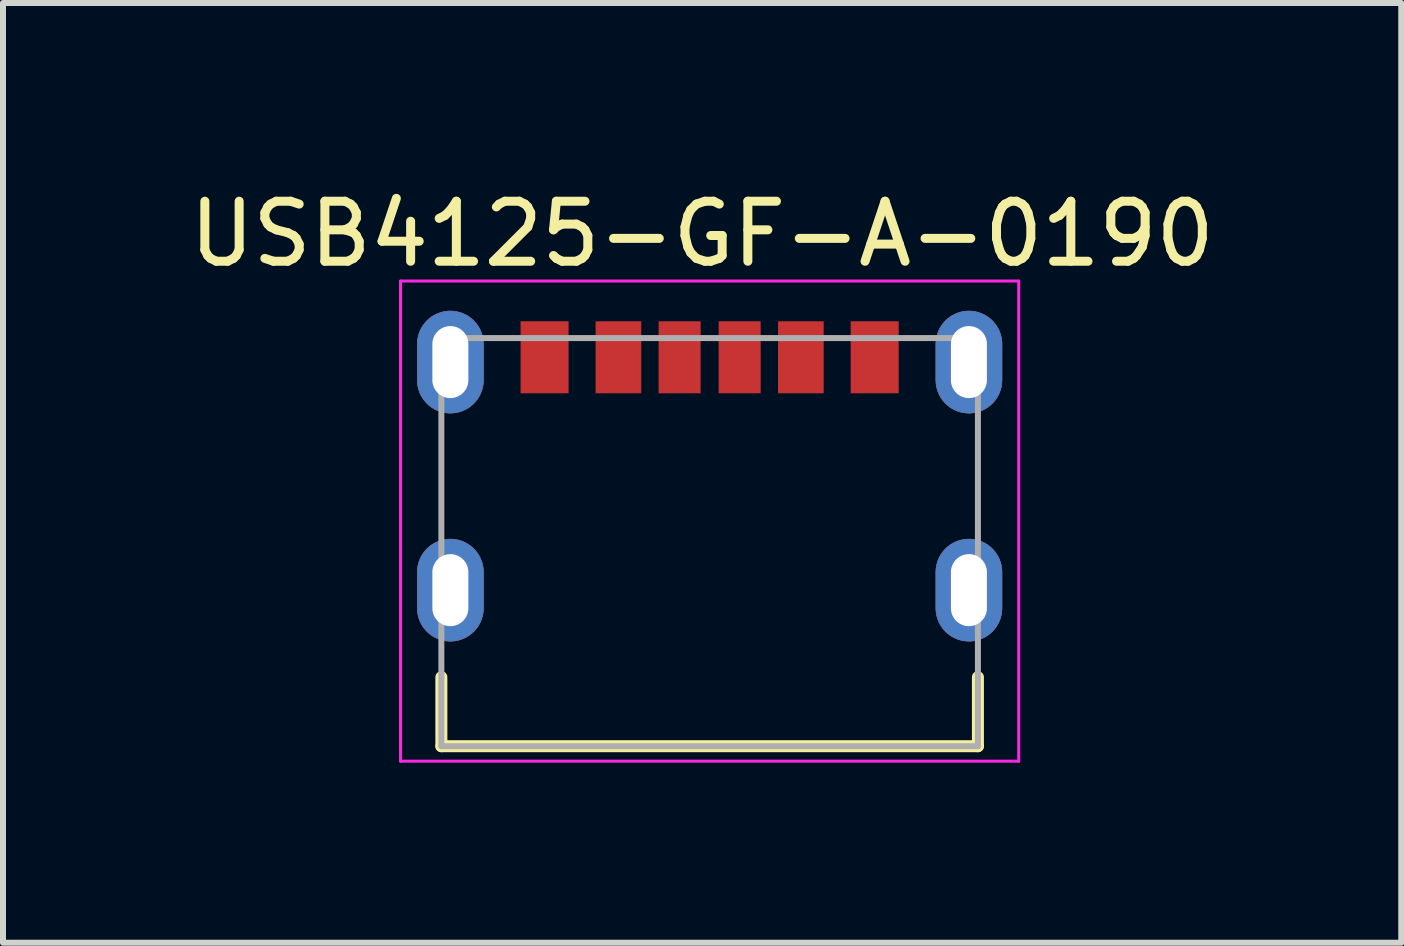
<source format=kicad_pcb>
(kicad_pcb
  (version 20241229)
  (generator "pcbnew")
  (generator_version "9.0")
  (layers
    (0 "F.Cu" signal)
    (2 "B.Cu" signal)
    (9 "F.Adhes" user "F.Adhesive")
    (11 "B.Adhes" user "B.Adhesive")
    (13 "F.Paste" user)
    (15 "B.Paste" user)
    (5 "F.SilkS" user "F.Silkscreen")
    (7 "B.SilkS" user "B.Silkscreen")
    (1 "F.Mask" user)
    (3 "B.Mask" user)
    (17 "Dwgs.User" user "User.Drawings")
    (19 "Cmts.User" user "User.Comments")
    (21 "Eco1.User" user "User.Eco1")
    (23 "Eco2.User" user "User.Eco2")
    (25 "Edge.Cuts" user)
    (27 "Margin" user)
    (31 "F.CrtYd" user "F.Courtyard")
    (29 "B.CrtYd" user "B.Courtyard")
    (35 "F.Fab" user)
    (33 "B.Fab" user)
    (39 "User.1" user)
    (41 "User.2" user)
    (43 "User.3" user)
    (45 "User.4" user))
  (footprint "USB4125-GF-A-0190"
    (layer "F.Cu")
    (at 8.774 5.983)
    (property "Reference" "USB4125-GF-A-0190" (at -0.125 -5.135 0) (layer "F.SilkS") (effects (font (size 1 1) (thickness 0.15))))
    (attr smd)
    (fp_poly (pts (xy -4.32 -3.85) (xy -4.349 -3.849) (xy -4.377 -3.847) (xy -4.406 -3.843) (xy -4.434 -3.838) (xy -4.462 -3.831) (xy -4.49 -3.823) (xy -4.517 -3.813) (xy -4.544 -3.802) (xy -4.57 -3.79) (xy -4.595 -3.776) (xy -4.62 -3.761) (xy -4.643 -3.745) (xy -4.666 -3.727) (xy -4.688 -3.709) (xy -4.709 -3.689) (xy -4.729 -3.668) (xy -4.747 -3.646) (xy -4.765 -3.623) (xy -4.781 -3.6) (xy -4.796 -3.575) (xy -4.81 -3.55) (xy -4.822 -3.524) (xy -4.833 -3.497) (xy -4.843 -3.47) (xy -4.851 -3.442) (xy -4.858 -3.414) (xy -4.863 -3.386) (xy -4.867 -3.357) (xy -4.869 -3.329) (xy -4.87 -3.3) (xy -4.87 -2.7) (xy -4.869 -2.671) (xy -4.867 -2.643) (xy -4.863 -2.614) (xy -4.858 -2.586) (xy -4.851 -2.558) (xy -4.843 -2.53) (xy -4.833 -2.503) (xy -4.822 -2.476) (xy -4.81 -2.45) (xy -4.796 -2.425) (xy -4.781 -2.4) (xy -4.765 -2.377) (xy -4.747 -2.354) (xy -4.729 -2.332) (xy -4.709 -2.311) (xy -4.688 -2.291) (xy -4.666 -2.273) (xy -4.643 -2.255) (xy -4.62 -2.239) (xy -4.595 -2.224) (xy -4.57 -2.21) (xy -4.544 -2.198) (xy -4.517 -2.187) (xy -4.49 -2.177) (xy -4.462 -2.169) (xy -4.434 -2.162) (xy -4.406 -2.157) (xy -4.377 -2.153) (xy -4.349 -2.151) (xy -4.32 -2.15) (xy -4.291 -2.151) (xy -4.263 -2.153) (xy -4.234 -2.157) (xy -4.206 -2.162) (xy -4.178 -2.169) (xy -4.15 -2.177) (xy -4.123 -2.187) (xy -4.096 -2.198) (xy -4.07 -2.21) (xy -4.045 -2.224) (xy -4.02 -2.239) (xy -3.997 -2.255) (xy -3.974 -2.273) (xy -3.952 -2.291) (xy -3.931 -2.311) (xy -3.911 -2.332) (xy -3.893 -2.354) (xy -3.875 -2.377) (xy -3.859 -2.4) (xy -3.844 -2.425) (xy -3.83 -2.45) (xy -3.818 -2.476) (xy -3.807 -2.503) (xy -3.797 -2.53) (xy -3.789 -2.558) (xy -3.782 -2.586) (xy -3.777 -2.614) (xy -3.773 -2.643) (xy -3.771 -2.671) (xy -3.77 -2.7) (xy -3.77 -3.3) (xy -3.771 -3.329) (xy -3.773 -3.357) (xy -3.777 -3.386) (xy -3.782 -3.414) (xy -3.789 -3.442) (xy -3.797 -3.47) (xy -3.807 -3.497) (xy -3.818 -3.524) (xy -3.83 -3.55) (xy -3.844 -3.575) (xy -3.859 -3.6) (xy -3.875 -3.623) (xy -3.893 -3.646) (xy -3.911 -3.668) (xy -3.931 -3.689) (xy -3.952 -3.709) (xy -3.974 -3.727) (xy -3.997 -3.745) (xy -4.02 -3.761) (xy -4.045 -3.776) (xy -4.07 -3.79) (xy -4.096 -3.802) (xy -4.123 -3.813) (xy -4.15 -3.823) (xy -4.178 -3.831) (xy -4.206 -3.838) (xy -4.234 -3.843) (xy -4.263 -3.847) (xy -4.291 -3.849) (xy -4.32 -3.85)) (stroke (width 0.01) (type solid)) (fill yes) (layer "F.Cu"))
    (fp_poly (pts (xy -4.32 -0.05) (xy -4.349 -0.049) (xy -4.377 -0.047) (xy -4.406 -0.043) (xy -4.434 -0.038) (xy -4.462 -0.031) (xy -4.49 -0.023) (xy -4.517 -0.013) (xy -4.544 -0.002) (xy -4.57 0.01) (xy -4.595 0.024) (xy -4.62 0.039) (xy -4.643 0.055) (xy -4.666 0.073) (xy -4.688 0.091) (xy -4.709 0.111) (xy -4.729 0.132) (xy -4.747 0.154) (xy -4.765 0.177) (xy -4.781 0.2) (xy -4.796 0.225) (xy -4.81 0.25) (xy -4.822 0.276) (xy -4.833 0.303) (xy -4.843 0.33) (xy -4.851 0.358) (xy -4.858 0.386) (xy -4.863 0.414) (xy -4.867 0.443) (xy -4.869 0.471) (xy -4.87 0.5) (xy -4.87 1.1) (xy -4.869 1.129) (xy -4.867 1.157) (xy -4.863 1.186) (xy -4.858 1.214) (xy -4.851 1.242) (xy -4.843 1.27) (xy -4.833 1.297) (xy -4.822 1.324) (xy -4.81 1.35) (xy -4.796 1.375) (xy -4.781 1.4) (xy -4.765 1.423) (xy -4.747 1.446) (xy -4.729 1.468) (xy -4.709 1.489) (xy -4.688 1.509) (xy -4.666 1.527) (xy -4.643 1.545) (xy -4.62 1.561) (xy -4.595 1.576) (xy -4.57 1.59) (xy -4.544 1.602) (xy -4.517 1.613) (xy -4.49 1.623) (xy -4.462 1.631) (xy -4.434 1.638) (xy -4.406 1.643) (xy -4.377 1.647) (xy -4.349 1.649) (xy -4.32 1.65) (xy -4.291 1.649) (xy -4.263 1.647) (xy -4.234 1.643) (xy -4.206 1.638) (xy -4.178 1.631) (xy -4.15 1.623) (xy -4.123 1.613) (xy -4.096 1.602) (xy -4.07 1.59) (xy -4.045 1.576) (xy -4.02 1.561) (xy -3.997 1.545) (xy -3.974 1.527) (xy -3.952 1.509) (xy -3.931 1.489) (xy -3.911 1.468) (xy -3.893 1.446) (xy -3.875 1.423) (xy -3.859 1.4) (xy -3.844 1.375) (xy -3.83 1.35) (xy -3.818 1.324) (xy -3.807 1.297) (xy -3.797 1.27) (xy -3.789 1.242) (xy -3.782 1.214) (xy -3.777 1.186) (xy -3.773 1.157) (xy -3.771 1.129) (xy -3.77 1.1) (xy -3.77 0.5) (xy -3.771 0.471) (xy -3.773 0.443) (xy -3.777 0.414) (xy -3.782 0.386) (xy -3.789 0.358) (xy -3.797 0.33) (xy -3.807 0.303) (xy -3.818 0.276) (xy -3.83 0.25) (xy -3.844 0.225) (xy -3.859 0.2) (xy -3.875 0.177) (xy -3.893 0.154) (xy -3.911 0.132) (xy -3.931 0.111) (xy -3.952 0.091) (xy -3.974 0.073) (xy -3.997 0.055) (xy -4.02 0.039) (xy -4.045 0.024) (xy -4.07 0.01) (xy -4.096 -0.002) (xy -4.123 -0.013) (xy -4.15 -0.023) (xy -4.178 -0.031) (xy -4.206 -0.038) (xy -4.234 -0.043) (xy -4.263 -0.047) (xy -4.291 -0.049) (xy -4.32 -0.05)) (stroke (width 0.01) (type solid)) (fill yes) (layer "F.Cu"))
    (fp_poly (pts (xy 4.32 -3.85) (xy 4.291 -3.849) (xy 4.263 -3.847) (xy 4.234 -3.843) (xy 4.206 -3.838) (xy 4.178 -3.831) (xy 4.15 -3.823) (xy 4.123 -3.813) (xy 4.096 -3.802) (xy 4.07 -3.79) (xy 4.045 -3.776) (xy 4.02 -3.761) (xy 3.997 -3.745) (xy 3.974 -3.727) (xy 3.952 -3.709) (xy 3.931 -3.689) (xy 3.911 -3.668) (xy 3.893 -3.646) (xy 3.875 -3.623) (xy 3.859 -3.6) (xy 3.844 -3.575) (xy 3.83 -3.55) (xy 3.818 -3.524) (xy 3.807 -3.497) (xy 3.797 -3.47) (xy 3.789 -3.442) (xy 3.782 -3.414) (xy 3.777 -3.386) (xy 3.773 -3.357) (xy 3.771 -3.329) (xy 3.77 -3.3) (xy 3.77 -2.7) (xy 3.771 -2.671) (xy 3.773 -2.643) (xy 3.777 -2.614) (xy 3.782 -2.586) (xy 3.789 -2.558) (xy 3.797 -2.53) (xy 3.807 -2.503) (xy 3.818 -2.476) (xy 3.83 -2.45) (xy 3.844 -2.425) (xy 3.859 -2.4) (xy 3.875 -2.377) (xy 3.893 -2.354) (xy 3.911 -2.332) (xy 3.931 -2.311) (xy 3.952 -2.291) (xy 3.974 -2.273) (xy 3.997 -2.255) (xy 4.02 -2.239) (xy 4.045 -2.224) (xy 4.07 -2.21) (xy 4.096 -2.198) (xy 4.123 -2.187) (xy 4.15 -2.177) (xy 4.178 -2.169) (xy 4.206 -2.162) (xy 4.234 -2.157) (xy 4.263 -2.153) (xy 4.291 -2.151) (xy 4.32 -2.15) (xy 4.349 -2.151) (xy 4.377 -2.153) (xy 4.406 -2.157) (xy 4.434 -2.162) (xy 4.462 -2.169) (xy 4.49 -2.177) (xy 4.517 -2.187) (xy 4.544 -2.198) (xy 4.57 -2.21) (xy 4.595 -2.224) (xy 4.62 -2.239) (xy 4.643 -2.255) (xy 4.666 -2.273) (xy 4.688 -2.291) (xy 4.709 -2.311) (xy 4.729 -2.332) (xy 4.747 -2.354) (xy 4.765 -2.377) (xy 4.781 -2.4) (xy 4.796 -2.425) (xy 4.81 -2.45) (xy 4.822 -2.476) (xy 4.833 -2.503) (xy 4.843 -2.53) (xy 4.851 -2.558) (xy 4.858 -2.586) (xy 4.863 -2.614) (xy 4.867 -2.643) (xy 4.869 -2.671) (xy 4.87 -2.7) (xy 4.87 -3.3) (xy 4.869 -3.329) (xy 4.867 -3.357) (xy 4.863 -3.386) (xy 4.858 -3.414) (xy 4.851 -3.442) (xy 4.843 -3.47) (xy 4.833 -3.497) (xy 4.822 -3.524) (xy 4.81 -3.55) (xy 4.796 -3.575) (xy 4.781 -3.6) (xy 4.765 -3.623) (xy 4.747 -3.646) (xy 4.729 -3.668) (xy 4.709 -3.689) (xy 4.688 -3.709) (xy 4.666 -3.727) (xy 4.643 -3.745) (xy 4.62 -3.761) (xy 4.595 -3.776) (xy 4.57 -3.79) (xy 4.544 -3.802) (xy 4.517 -3.813) (xy 4.49 -3.823) (xy 4.462 -3.831) (xy 4.434 -3.838) (xy 4.406 -3.843) (xy 4.377 -3.847) (xy 4.349 -3.849) (xy 4.32 -3.85)) (stroke (width 0.01) (type solid)) (fill yes) (layer "F.Cu"))
    (fp_poly (pts (xy 4.32 -0.05) (xy 4.291 -0.049) (xy 4.263 -0.047) (xy 4.234 -0.043) (xy 4.206 -0.038) (xy 4.178 -0.031) (xy 4.15 -0.023) (xy 4.123 -0.013) (xy 4.096 -0.002) (xy 4.07 0.01) (xy 4.045 0.024) (xy 4.02 0.039) (xy 3.997 0.055) (xy 3.974 0.073) (xy 3.952 0.091) (xy 3.931 0.111) (xy 3.911 0.132) (xy 3.893 0.154) (xy 3.875 0.177) (xy 3.859 0.2) (xy 3.844 0.225) (xy 3.83 0.25) (xy 3.818 0.276) (xy 3.807 0.303) (xy 3.797 0.33) (xy 3.789 0.358) (xy 3.782 0.386) (xy 3.777 0.414) (xy 3.773 0.443) (xy 3.771 0.471) (xy 3.77 0.5) (xy 3.77 1.1) (xy 3.771 1.129) (xy 3.773 1.157) (xy 3.777 1.186) (xy 3.782 1.214) (xy 3.789 1.242) (xy 3.797 1.27) (xy 3.807 1.297) (xy 3.818 1.324) (xy 3.83 1.35) (xy 3.844 1.375) (xy 3.859 1.4) (xy 3.875 1.423) (xy 3.893 1.446) (xy 3.911 1.468) (xy 3.931 1.489) (xy 3.952 1.509) (xy 3.974 1.527) (xy 3.997 1.545) (xy 4.02 1.561) (xy 4.045 1.576) (xy 4.07 1.59) (xy 4.096 1.602) (xy 4.123 1.613) (xy 4.15 1.623) (xy 4.178 1.631) (xy 4.206 1.638) (xy 4.234 1.643) (xy 4.263 1.647) (xy 4.291 1.649) (xy 4.32 1.65) (xy 4.349 1.649) (xy 4.377 1.647) (xy 4.406 1.643) (xy 4.434 1.638) (xy 4.462 1.631) (xy 4.49 1.623) (xy 4.517 1.613) (xy 4.544 1.602) (xy 4.57 1.59) (xy 4.595 1.576) (xy 4.62 1.561) (xy 4.643 1.545) (xy 4.666 1.527) (xy 4.688 1.509) (xy 4.709 1.489) (xy 4.729 1.468) (xy 4.747 1.446) (xy 4.765 1.423) (xy 4.781 1.4) (xy 4.796 1.375) (xy 4.81 1.35) (xy 4.822 1.324) (xy 4.833 1.297) (xy 4.843 1.27) (xy 4.851 1.242) (xy 4.858 1.214) (xy 4.863 1.186) (xy 4.867 1.157) (xy 4.869 1.129) (xy 4.87 1.1) (xy 4.87 0.5) (xy 4.869 0.471) (xy 4.867 0.443) (xy 4.863 0.414) (xy 4.858 0.386) (xy 4.851 0.358) (xy 4.843 0.33) (xy 4.833 0.303) (xy 4.822 0.276) (xy 4.81 0.25) (xy 4.796 0.225) (xy 4.781 0.2) (xy 4.765 0.177) (xy 4.747 0.154) (xy 4.729 0.132) (xy 4.709 0.111) (xy 4.688 0.091) (xy 4.666 0.073) (xy 4.643 0.055) (xy 4.62 0.039) (xy 4.595 0.024) (xy 4.57 0.01) (xy 4.544 -0.002) (xy 4.517 -0.013) (xy 4.49 -0.023) (xy 4.462 -0.031) (xy 4.434 -0.038) (xy 4.406 -0.043) (xy 4.377 -0.047) (xy 4.349 -0.049) (xy 4.32 -0.05)) (stroke (width 0.01) (type solid)) (fill yes) (layer "F.Cu"))
    (fp_poly (pts (xy -4.32 -3.95) (xy -4.354 -3.949) (xy -4.388 -3.946) (xy -4.422 -3.942) (xy -4.455 -3.936) (xy -4.488 -3.928) (xy -4.521 -3.918) (xy -4.553 -3.907) (xy -4.584 -3.894) (xy -4.615 -3.879) (xy -4.645 -3.863) (xy -4.674 -3.845) (xy -4.702 -3.826) (xy -4.729 -3.805) (xy -4.755 -3.783) (xy -4.78 -3.76) (xy -4.803 -3.735) (xy -4.825 -3.709) (xy -4.846 -3.682) (xy -4.865 -3.654) (xy -4.883 -3.625) (xy -4.899 -3.595) (xy -4.914 -3.564) (xy -4.927 -3.533) (xy -4.938 -3.501) (xy -4.948 -3.468) (xy -4.956 -3.435) (xy -4.962 -3.402) (xy -4.966 -3.368) (xy -4.969 -3.334) (xy -4.97 -3.3) (xy -4.97 -2.7) (xy -4.969 -2.666) (xy -4.966 -2.632) (xy -4.962 -2.598) (xy -4.956 -2.565) (xy -4.948 -2.532) (xy -4.938 -2.499) (xy -4.927 -2.467) (xy -4.914 -2.436) (xy -4.899 -2.405) (xy -4.883 -2.375) (xy -4.865 -2.346) (xy -4.846 -2.318) (xy -4.825 -2.291) (xy -4.803 -2.265) (xy -4.78 -2.24) (xy -4.755 -2.217) (xy -4.729 -2.195) (xy -4.702 -2.174) (xy -4.674 -2.155) (xy -4.645 -2.137) (xy -4.615 -2.121) (xy -4.584 -2.106) (xy -4.553 -2.093) (xy -4.521 -2.082) (xy -4.488 -2.072) (xy -4.455 -2.064) (xy -4.422 -2.058) (xy -4.388 -2.054) (xy -4.354 -2.051) (xy -4.32 -2.05) (xy -4.286 -2.051) (xy -4.252 -2.054) (xy -4.218 -2.058) (xy -4.185 -2.064) (xy -4.152 -2.072) (xy -4.119 -2.082) (xy -4.087 -2.093) (xy -4.056 -2.106) (xy -4.025 -2.121) (xy -3.995 -2.137) (xy -3.966 -2.155) (xy -3.938 -2.174) (xy -3.911 -2.195) (xy -3.885 -2.217) (xy -3.86 -2.24) (xy -3.837 -2.265) (xy -3.815 -2.291) (xy -3.794 -2.318) (xy -3.775 -2.346) (xy -3.757 -2.375) (xy -3.741 -2.405) (xy -3.726 -2.436) (xy -3.713 -2.467) (xy -3.702 -2.499) (xy -3.692 -2.532) (xy -3.684 -2.565) (xy -3.678 -2.598) (xy -3.674 -2.632) (xy -3.671 -2.666) (xy -3.67 -2.7) (xy -3.67 -3.3) (xy -3.671 -3.334) (xy -3.674 -3.368) (xy -3.678 -3.402) (xy -3.684 -3.435) (xy -3.692 -3.468) (xy -3.702 -3.501) (xy -3.713 -3.533) (xy -3.726 -3.564) (xy -3.741 -3.595) (xy -3.757 -3.625) (xy -3.775 -3.654) (xy -3.794 -3.682) (xy -3.815 -3.709) (xy -3.837 -3.735) (xy -3.86 -3.76) (xy -3.885 -3.783) (xy -3.911 -3.805) (xy -3.938 -3.826) (xy -3.966 -3.845) (xy -3.995 -3.863) (xy -4.025 -3.879) (xy -4.056 -3.894) (xy -4.087 -3.907) (xy -4.119 -3.918) (xy -4.152 -3.928) (xy -4.185 -3.936) (xy -4.218 -3.942) (xy -4.252 -3.946) (xy -4.286 -3.949) (xy -4.32 -3.95)) (stroke (width 0.01) (type solid)) (fill yes) (layer "F.Mask"))
    (fp_poly (pts (xy -4.32 -0.15) (xy -4.354 -0.149) (xy -4.388 -0.146) (xy -4.422 -0.142) (xy -4.455 -0.136) (xy -4.488 -0.128) (xy -4.521 -0.118) (xy -4.553 -0.107) (xy -4.584 -0.094) (xy -4.615 -0.079) (xy -4.645 -0.063) (xy -4.674 -0.045) (xy -4.702 -0.026) (xy -4.729 -0.005) (xy -4.755 0.017) (xy -4.78 0.04) (xy -4.803 0.065) (xy -4.825 0.091) (xy -4.846 0.118) (xy -4.865 0.146) (xy -4.883 0.175) (xy -4.899 0.205) (xy -4.914 0.236) (xy -4.927 0.267) (xy -4.938 0.299) (xy -4.948 0.332) (xy -4.956 0.365) (xy -4.962 0.398) (xy -4.966 0.432) (xy -4.969 0.466) (xy -4.97 0.5) (xy -4.97 1.1) (xy -4.969 1.134) (xy -4.966 1.168) (xy -4.962 1.202) (xy -4.956 1.235) (xy -4.948 1.268) (xy -4.938 1.301) (xy -4.927 1.333) (xy -4.914 1.364) (xy -4.899 1.395) (xy -4.883 1.425) (xy -4.865 1.454) (xy -4.846 1.482) (xy -4.825 1.509) (xy -4.803 1.535) (xy -4.78 1.56) (xy -4.755 1.583) (xy -4.729 1.605) (xy -4.702 1.626) (xy -4.674 1.645) (xy -4.645 1.663) (xy -4.615 1.679) (xy -4.584 1.694) (xy -4.553 1.707) (xy -4.521 1.718) (xy -4.488 1.728) (xy -4.455 1.736) (xy -4.422 1.742) (xy -4.388 1.746) (xy -4.354 1.749) (xy -4.32 1.75) (xy -4.286 1.749) (xy -4.252 1.746) (xy -4.218 1.742) (xy -4.185 1.736) (xy -4.152 1.728) (xy -4.119 1.718) (xy -4.087 1.707) (xy -4.056 1.694) (xy -4.025 1.679) (xy -3.995 1.663) (xy -3.966 1.645) (xy -3.938 1.626) (xy -3.911 1.605) (xy -3.885 1.583) (xy -3.86 1.56) (xy -3.837 1.535) (xy -3.815 1.509) (xy -3.794 1.482) (xy -3.775 1.454) (xy -3.757 1.425) (xy -3.741 1.395) (xy -3.726 1.364) (xy -3.713 1.333) (xy -3.702 1.301) (xy -3.692 1.268) (xy -3.684 1.235) (xy -3.678 1.202) (xy -3.674 1.168) (xy -3.671 1.134) (xy -3.67 1.1) (xy -3.67 0.5) (xy -3.671 0.466) (xy -3.674 0.432) (xy -3.678 0.398) (xy -3.684 0.365) (xy -3.692 0.332) (xy -3.702 0.299) (xy -3.713 0.267) (xy -3.726 0.236) (xy -3.741 0.205) (xy -3.757 0.175) (xy -3.775 0.146) (xy -3.794 0.118) (xy -3.815 0.091) (xy -3.837 0.065) (xy -3.86 0.04) (xy -3.885 0.017) (xy -3.911 -0.005) (xy -3.938 -0.026) (xy -3.966 -0.045) (xy -3.995 -0.063) (xy -4.025 -0.079) (xy -4.056 -0.094) (xy -4.087 -0.107) (xy -4.119 -0.118) (xy -4.152 -0.128) (xy -4.185 -0.136) (xy -4.218 -0.142) (xy -4.252 -0.146) (xy -4.286 -0.149) (xy -4.32 -0.15)) (stroke (width 0.01) (type solid)) (fill yes) (layer "F.Mask"))
    (fp_poly (pts (xy 4.32 -3.95) (xy 4.286 -3.949) (xy 4.252 -3.946) (xy 4.218 -3.942) (xy 4.185 -3.936) (xy 4.152 -3.928) (xy 4.119 -3.918) (xy 4.087 -3.907) (xy 4.056 -3.894) (xy 4.025 -3.879) (xy 3.995 -3.863) (xy 3.966 -3.845) (xy 3.938 -3.826) (xy 3.911 -3.805) (xy 3.885 -3.783) (xy 3.86 -3.76) (xy 3.837 -3.735) (xy 3.815 -3.709) (xy 3.794 -3.682) (xy 3.775 -3.654) (xy 3.757 -3.625) (xy 3.741 -3.595) (xy 3.726 -3.564) (xy 3.713 -3.533) (xy 3.702 -3.501) (xy 3.692 -3.468) (xy 3.684 -3.435) (xy 3.678 -3.402) (xy 3.674 -3.368) (xy 3.671 -3.334) (xy 3.67 -3.3) (xy 3.67 -2.7) (xy 3.671 -2.666) (xy 3.674 -2.632) (xy 3.678 -2.598) (xy 3.684 -2.565) (xy 3.692 -2.532) (xy 3.702 -2.499) (xy 3.713 -2.467) (xy 3.726 -2.436) (xy 3.741 -2.405) (xy 3.757 -2.375) (xy 3.775 -2.346) (xy 3.794 -2.318) (xy 3.815 -2.291) (xy 3.837 -2.265) (xy 3.86 -2.24) (xy 3.885 -2.217) (xy 3.911 -2.195) (xy 3.938 -2.174) (xy 3.966 -2.155) (xy 3.995 -2.137) (xy 4.025 -2.121) (xy 4.056 -2.106) (xy 4.087 -2.093) (xy 4.119 -2.082) (xy 4.152 -2.072) (xy 4.185 -2.064) (xy 4.218 -2.058) (xy 4.252 -2.054) (xy 4.286 -2.051) (xy 4.32 -2.05) (xy 4.354 -2.051) (xy 4.388 -2.054) (xy 4.422 -2.058) (xy 4.455 -2.064) (xy 4.488 -2.072) (xy 4.521 -2.082) (xy 4.553 -2.093) (xy 4.584 -2.106) (xy 4.615 -2.121) (xy 4.645 -2.137) (xy 4.674 -2.155) (xy 4.702 -2.174) (xy 4.729 -2.195) (xy 4.755 -2.217) (xy 4.78 -2.24) (xy 4.803 -2.265) (xy 4.825 -2.291) (xy 4.846 -2.318) (xy 4.865 -2.346) (xy 4.883 -2.375) (xy 4.899 -2.405) (xy 4.914 -2.436) (xy 4.927 -2.467) (xy 4.938 -2.499) (xy 4.948 -2.532) (xy 4.956 -2.565) (xy 4.962 -2.598) (xy 4.966 -2.632) (xy 4.969 -2.666) (xy 4.97 -2.7) (xy 4.97 -3.3) (xy 4.969 -3.334) (xy 4.966 -3.368) (xy 4.962 -3.402) (xy 4.956 -3.435) (xy 4.948 -3.468) (xy 4.938 -3.501) (xy 4.927 -3.533) (xy 4.914 -3.564) (xy 4.899 -3.595) (xy 4.883 -3.625) (xy 4.865 -3.654) (xy 4.846 -3.682) (xy 4.825 -3.709) (xy 4.803 -3.735) (xy 4.78 -3.76) (xy 4.755 -3.783) (xy 4.729 -3.805) (xy 4.702 -3.826) (xy 4.674 -3.845) (xy 4.645 -3.863) (xy 4.615 -3.879) (xy 4.584 -3.894) (xy 4.553 -3.907) (xy 4.521 -3.918) (xy 4.488 -3.928) (xy 4.455 -3.936) (xy 4.422 -3.942) (xy 4.388 -3.946) (xy 4.354 -3.949) (xy 4.32 -3.95)) (stroke (width 0.01) (type solid)) (fill yes) (layer "F.Mask"))
    (fp_poly (pts (xy 4.32 -0.15) (xy 4.286 -0.149) (xy 4.252 -0.146) (xy 4.218 -0.142) (xy 4.185 -0.136) (xy 4.152 -0.128) (xy 4.119 -0.118) (xy 4.087 -0.107) (xy 4.056 -0.094) (xy 4.025 -0.079) (xy 3.995 -0.063) (xy 3.966 -0.045) (xy 3.938 -0.026) (xy 3.911 -0.005) (xy 3.885 0.017) (xy 3.86 0.04) (xy 3.837 0.065) (xy 3.815 0.091) (xy 3.794 0.118) (xy 3.775 0.146) (xy 3.757 0.175) (xy 3.741 0.205) (xy 3.726 0.236) (xy 3.713 0.267) (xy 3.702 0.299) (xy 3.692 0.332) (xy 3.684 0.365) (xy 3.678 0.398) (xy 3.674 0.432) (xy 3.671 0.466) (xy 3.67 0.5) (xy 3.67 1.1) (xy 3.671 1.134) (xy 3.674 1.168) (xy 3.678 1.202) (xy 3.684 1.235) (xy 3.692 1.268) (xy 3.702 1.301) (xy 3.713 1.333) (xy 3.726 1.364) (xy 3.741 1.395) (xy 3.757 1.425) (xy 3.775 1.454) (xy 3.794 1.482) (xy 3.815 1.509) (xy 3.837 1.535) (xy 3.86 1.56) (xy 3.885 1.583) (xy 3.911 1.605) (xy 3.938 1.626) (xy 3.966 1.645) (xy 3.995 1.663) (xy 4.025 1.679) (xy 4.056 1.694) (xy 4.087 1.707) (xy 4.119 1.718) (xy 4.152 1.728) (xy 4.185 1.736) (xy 4.218 1.742) (xy 4.252 1.746) (xy 4.286 1.749) (xy 4.32 1.75) (xy 4.354 1.749) (xy 4.388 1.746) (xy 4.422 1.742) (xy 4.455 1.736) (xy 4.488 1.728) (xy 4.521 1.718) (xy 4.553 1.707) (xy 4.584 1.694) (xy 4.615 1.679) (xy 4.645 1.663) (xy 4.674 1.645) (xy 4.702 1.626) (xy 4.729 1.605) (xy 4.755 1.583) (xy 4.78 1.56) (xy 4.803 1.535) (xy 4.825 1.509) (xy 4.846 1.482) (xy 4.865 1.454) (xy 4.883 1.425) (xy 4.899 1.395) (xy 4.914 1.364) (xy 4.927 1.333) (xy 4.938 1.301) (xy 4.948 1.268) (xy 4.956 1.235) (xy 4.962 1.202) (xy 4.966 1.168) (xy 4.969 1.134) (xy 4.97 1.1) (xy 4.97 0.5) (xy 4.969 0.466) (xy 4.966 0.432) (xy 4.962 0.398) (xy 4.956 0.365) (xy 4.948 0.332) (xy 4.938 0.299) (xy 4.927 0.267) (xy 4.914 0.236) (xy 4.899 0.205) (xy 4.883 0.175) (xy 4.865 0.146) (xy 4.846 0.118) (xy 4.825 0.091) (xy 4.803 0.065) (xy 4.78 0.04) (xy 4.755 0.017) (xy 4.729 -0.005) (xy 4.702 -0.026) (xy 4.674 -0.045) (xy 4.645 -0.063) (xy 4.615 -0.079) (xy 4.584 -0.094) (xy 4.553 -0.107) (xy 4.521 -0.118) (xy 4.488 -0.128) (xy 4.455 -0.136) (xy 4.422 -0.142) (xy 4.388 -0.146) (xy 4.354 -0.149) (xy 4.32 -0.15)) (stroke (width 0.01) (type solid)) (fill yes) (layer "F.Mask"))
    (fp_poly (pts (xy -4.32 -3.85) (xy -4.349 -3.849) (xy -4.377 -3.847) (xy -4.406 -3.843) (xy -4.434 -3.838) (xy -4.462 -3.831) (xy -4.49 -3.823) (xy -4.517 -3.813) (xy -4.544 -3.802) (xy -4.57 -3.79) (xy -4.595 -3.776) (xy -4.62 -3.761) (xy -4.643 -3.745) (xy -4.666 -3.727) (xy -4.688 -3.709) (xy -4.709 -3.689) (xy -4.729 -3.668) (xy -4.747 -3.646) (xy -4.765 -3.623) (xy -4.781 -3.6) (xy -4.796 -3.575) (xy -4.81 -3.55) (xy -4.822 -3.524) (xy -4.833 -3.497) (xy -4.843 -3.47) (xy -4.851 -3.442) (xy -4.858 -3.414) (xy -4.863 -3.386) (xy -4.867 -3.357) (xy -4.869 -3.329) (xy -4.87 -3.3) (xy -4.87 -2.7) (xy -4.869 -2.671) (xy -4.867 -2.643) (xy -4.863 -2.614) (xy -4.858 -2.586) (xy -4.851 -2.558) (xy -4.843 -2.53) (xy -4.833 -2.503) (xy -4.822 -2.476) (xy -4.81 -2.45) (xy -4.796 -2.425) (xy -4.781 -2.4) (xy -4.765 -2.377) (xy -4.747 -2.354) (xy -4.729 -2.332) (xy -4.709 -2.311) (xy -4.688 -2.291) (xy -4.666 -2.273) (xy -4.643 -2.255) (xy -4.62 -2.239) (xy -4.595 -2.224) (xy -4.57 -2.21) (xy -4.544 -2.198) (xy -4.517 -2.187) (xy -4.49 -2.177) (xy -4.462 -2.169) (xy -4.434 -2.162) (xy -4.406 -2.157) (xy -4.377 -2.153) (xy -4.349 -2.151) (xy -4.32 -2.15) (xy -4.291 -2.151) (xy -4.263 -2.153) (xy -4.234 -2.157) (xy -4.206 -2.162) (xy -4.178 -2.169) (xy -4.15 -2.177) (xy -4.123 -2.187) (xy -4.096 -2.198) (xy -4.07 -2.21) (xy -4.045 -2.224) (xy -4.02 -2.239) (xy -3.997 -2.255) (xy -3.974 -2.273) (xy -3.952 -2.291) (xy -3.931 -2.311) (xy -3.911 -2.332) (xy -3.893 -2.354) (xy -3.875 -2.377) (xy -3.859 -2.4) (xy -3.844 -2.425) (xy -3.83 -2.45) (xy -3.818 -2.476) (xy -3.807 -2.503) (xy -3.797 -2.53) (xy -3.789 -2.558) (xy -3.782 -2.586) (xy -3.777 -2.614) (xy -3.773 -2.643) (xy -3.771 -2.671) (xy -3.77 -2.7) (xy -3.77 -3.3) (xy -3.771 -3.329) (xy -3.773 -3.357) (xy -3.777 -3.386) (xy -3.782 -3.414) (xy -3.789 -3.442) (xy -3.797 -3.47) (xy -3.807 -3.497) (xy -3.818 -3.524) (xy -3.83 -3.55) (xy -3.844 -3.575) (xy -3.859 -3.6) (xy -3.875 -3.623) (xy -3.893 -3.646) (xy -3.911 -3.668) (xy -3.931 -3.689) (xy -3.952 -3.709) (xy -3.974 -3.727) (xy -3.997 -3.745) (xy -4.02 -3.761) (xy -4.045 -3.776) (xy -4.07 -3.79) (xy -4.096 -3.802) (xy -4.123 -3.813) (xy -4.15 -3.823) (xy -4.178 -3.831) (xy -4.206 -3.838) (xy -4.234 -3.843) (xy -4.263 -3.847) (xy -4.291 -3.849) (xy -4.32 -3.85)) (stroke (width 0.01) (type solid)) (fill yes) (layer "B.Cu"))
    (fp_poly (pts (xy -4.32 -0.05) (xy -4.349 -0.049) (xy -4.377 -0.047) (xy -4.406 -0.043) (xy -4.434 -0.038) (xy -4.462 -0.031) (xy -4.49 -0.023) (xy -4.517 -0.013) (xy -4.544 -0.002) (xy -4.57 0.01) (xy -4.595 0.024) (xy -4.62 0.039) (xy -4.643 0.055) (xy -4.666 0.073) (xy -4.688 0.091) (xy -4.709 0.111) (xy -4.729 0.132) (xy -4.747 0.154) (xy -4.765 0.177) (xy -4.781 0.2) (xy -4.796 0.225) (xy -4.81 0.25) (xy -4.822 0.276) (xy -4.833 0.303) (xy -4.843 0.33) (xy -4.851 0.358) (xy -4.858 0.386) (xy -4.863 0.414) (xy -4.867 0.443) (xy -4.869 0.471) (xy -4.87 0.5) (xy -4.87 1.1) (xy -4.869 1.129) (xy -4.867 1.157) (xy -4.863 1.186) (xy -4.858 1.214) (xy -4.851 1.242) (xy -4.843 1.27) (xy -4.833 1.297) (xy -4.822 1.324) (xy -4.81 1.35) (xy -4.796 1.375) (xy -4.781 1.4) (xy -4.765 1.423) (xy -4.747 1.446) (xy -4.729 1.468) (xy -4.709 1.489) (xy -4.688 1.509) (xy -4.666 1.527) (xy -4.643 1.545) (xy -4.62 1.561) (xy -4.595 1.576) (xy -4.57 1.59) (xy -4.544 1.602) (xy -4.517 1.613) (xy -4.49 1.623) (xy -4.462 1.631) (xy -4.434 1.638) (xy -4.406 1.643) (xy -4.377 1.647) (xy -4.349 1.649) (xy -4.32 1.65) (xy -4.291 1.649) (xy -4.263 1.647) (xy -4.234 1.643) (xy -4.206 1.638) (xy -4.178 1.631) (xy -4.15 1.623) (xy -4.123 1.613) (xy -4.096 1.602) (xy -4.07 1.59) (xy -4.045 1.576) (xy -4.02 1.561) (xy -3.997 1.545) (xy -3.974 1.527) (xy -3.952 1.509) (xy -3.931 1.489) (xy -3.911 1.468) (xy -3.893 1.446) (xy -3.875 1.423) (xy -3.859 1.4) (xy -3.844 1.375) (xy -3.83 1.35) (xy -3.818 1.324) (xy -3.807 1.297) (xy -3.797 1.27) (xy -3.789 1.242) (xy -3.782 1.214) (xy -3.777 1.186) (xy -3.773 1.157) (xy -3.771 1.129) (xy -3.77 1.1) (xy -3.77 0.5) (xy -3.771 0.471) (xy -3.773 0.443) (xy -3.777 0.414) (xy -3.782 0.386) (xy -3.789 0.358) (xy -3.797 0.33) (xy -3.807 0.303) (xy -3.818 0.276) (xy -3.83 0.25) (xy -3.844 0.225) (xy -3.859 0.2) (xy -3.875 0.177) (xy -3.893 0.154) (xy -3.911 0.132) (xy -3.931 0.111) (xy -3.952 0.091) (xy -3.974 0.073) (xy -3.997 0.055) (xy -4.02 0.039) (xy -4.045 0.024) (xy -4.07 0.01) (xy -4.096 -0.002) (xy -4.123 -0.013) (xy -4.15 -0.023) (xy -4.178 -0.031) (xy -4.206 -0.038) (xy -4.234 -0.043) (xy -4.263 -0.047) (xy -4.291 -0.049) (xy -4.32 -0.05)) (stroke (width 0.01) (type solid)) (fill yes) (layer "B.Cu"))
    (fp_poly (pts (xy 4.32 -3.85) (xy 4.291 -3.849) (xy 4.263 -3.847) (xy 4.234 -3.843) (xy 4.206 -3.838) (xy 4.178 -3.831) (xy 4.15 -3.823) (xy 4.123 -3.813) (xy 4.096 -3.802) (xy 4.07 -3.79) (xy 4.045 -3.776) (xy 4.02 -3.761) (xy 3.997 -3.745) (xy 3.974 -3.727) (xy 3.952 -3.709) (xy 3.931 -3.689) (xy 3.911 -3.668) (xy 3.893 -3.646) (xy 3.875 -3.623) (xy 3.859 -3.6) (xy 3.844 -3.575) (xy 3.83 -3.55) (xy 3.818 -3.524) (xy 3.807 -3.497) (xy 3.797 -3.47) (xy 3.789 -3.442) (xy 3.782 -3.414) (xy 3.777 -3.386) (xy 3.773 -3.357) (xy 3.771 -3.329) (xy 3.77 -3.3) (xy 3.77 -2.7) (xy 3.771 -2.671) (xy 3.773 -2.643) (xy 3.777 -2.614) (xy 3.782 -2.586) (xy 3.789 -2.558) (xy 3.797 -2.53) (xy 3.807 -2.503) (xy 3.818 -2.476) (xy 3.83 -2.45) (xy 3.844 -2.425) (xy 3.859 -2.4) (xy 3.875 -2.377) (xy 3.893 -2.354) (xy 3.911 -2.332) (xy 3.931 -2.311) (xy 3.952 -2.291) (xy 3.974 -2.273) (xy 3.997 -2.255) (xy 4.02 -2.239) (xy 4.045 -2.224) (xy 4.07 -2.21) (xy 4.096 -2.198) (xy 4.123 -2.187) (xy 4.15 -2.177) (xy 4.178 -2.169) (xy 4.206 -2.162) (xy 4.234 -2.157) (xy 4.263 -2.153) (xy 4.291 -2.151) (xy 4.32 -2.15) (xy 4.349 -2.151) (xy 4.377 -2.153) (xy 4.406 -2.157) (xy 4.434 -2.162) (xy 4.462 -2.169) (xy 4.49 -2.177) (xy 4.517 -2.187) (xy 4.544 -2.198) (xy 4.57 -2.21) (xy 4.595 -2.224) (xy 4.62 -2.239) (xy 4.643 -2.255) (xy 4.666 -2.273) (xy 4.688 -2.291) (xy 4.709 -2.311) (xy 4.729 -2.332) (xy 4.747 -2.354) (xy 4.765 -2.377) (xy 4.781 -2.4) (xy 4.796 -2.425) (xy 4.81 -2.45) (xy 4.822 -2.476) (xy 4.833 -2.503) (xy 4.843 -2.53) (xy 4.851 -2.558) (xy 4.858 -2.586) (xy 4.863 -2.614) (xy 4.867 -2.643) (xy 4.869 -2.671) (xy 4.87 -2.7) (xy 4.87 -3.3) (xy 4.869 -3.329) (xy 4.867 -3.357) (xy 4.863 -3.386) (xy 4.858 -3.414) (xy 4.851 -3.442) (xy 4.843 -3.47) (xy 4.833 -3.497) (xy 4.822 -3.524) (xy 4.81 -3.55) (xy 4.796 -3.575) (xy 4.781 -3.6) (xy 4.765 -3.623) (xy 4.747 -3.646) (xy 4.729 -3.668) (xy 4.709 -3.689) (xy 4.688 -3.709) (xy 4.666 -3.727) (xy 4.643 -3.745) (xy 4.62 -3.761) (xy 4.595 -3.776) (xy 4.57 -3.79) (xy 4.544 -3.802) (xy 4.517 -3.813) (xy 4.49 -3.823) (xy 4.462 -3.831) (xy 4.434 -3.838) (xy 4.406 -3.843) (xy 4.377 -3.847) (xy 4.349 -3.849) (xy 4.32 -3.85)) (stroke (width 0.01) (type solid)) (fill yes) (layer "B.Cu"))
    (fp_poly (pts (xy 4.32 -0.05) (xy 4.291 -0.049) (xy 4.263 -0.047) (xy 4.234 -0.043) (xy 4.206 -0.038) (xy 4.178 -0.031) (xy 4.15 -0.023) (xy 4.123 -0.013) (xy 4.096 -0.002) (xy 4.07 0.01) (xy 4.045 0.024) (xy 4.02 0.039) (xy 3.997 0.055) (xy 3.974 0.073) (xy 3.952 0.091) (xy 3.931 0.111) (xy 3.911 0.132) (xy 3.893 0.154) (xy 3.875 0.177) (xy 3.859 0.2) (xy 3.844 0.225) (xy 3.83 0.25) (xy 3.818 0.276) (xy 3.807 0.303) (xy 3.797 0.33) (xy 3.789 0.358) (xy 3.782 0.386) (xy 3.777 0.414) (xy 3.773 0.443) (xy 3.771 0.471) (xy 3.77 0.5) (xy 3.77 1.1) (xy 3.771 1.129) (xy 3.773 1.157) (xy 3.777 1.186) (xy 3.782 1.214) (xy 3.789 1.242) (xy 3.797 1.27) (xy 3.807 1.297) (xy 3.818 1.324) (xy 3.83 1.35) (xy 3.844 1.375) (xy 3.859 1.4) (xy 3.875 1.423) (xy 3.893 1.446) (xy 3.911 1.468) (xy 3.931 1.489) (xy 3.952 1.509) (xy 3.974 1.527) (xy 3.997 1.545) (xy 4.02 1.561) (xy 4.045 1.576) (xy 4.07 1.59) (xy 4.096 1.602) (xy 4.123 1.613) (xy 4.15 1.623) (xy 4.178 1.631) (xy 4.206 1.638) (xy 4.234 1.643) (xy 4.263 1.647) (xy 4.291 1.649) (xy 4.32 1.65) (xy 4.349 1.649) (xy 4.377 1.647) (xy 4.406 1.643) (xy 4.434 1.638) (xy 4.462 1.631) (xy 4.49 1.623) (xy 4.517 1.613) (xy 4.544 1.602) (xy 4.57 1.59) (xy 4.595 1.576) (xy 4.62 1.561) (xy 4.643 1.545) (xy 4.666 1.527) (xy 4.688 1.509) (xy 4.709 1.489) (xy 4.729 1.468) (xy 4.747 1.446) (xy 4.765 1.423) (xy 4.781 1.4) (xy 4.796 1.375) (xy 4.81 1.35) (xy 4.822 1.324) (xy 4.833 1.297) (xy 4.843 1.27) (xy 4.851 1.242) (xy 4.858 1.214) (xy 4.863 1.186) (xy 4.867 1.157) (xy 4.869 1.129) (xy 4.87 1.1) (xy 4.87 0.5) (xy 4.869 0.471) (xy 4.867 0.443) (xy 4.863 0.414) (xy 4.858 0.386) (xy 4.851 0.358) (xy 4.843 0.33) (xy 4.833 0.303) (xy 4.822 0.276) (xy 4.81 0.25) (xy 4.796 0.225) (xy 4.781 0.2) (xy 4.765 0.177) (xy 4.747 0.154) (xy 4.729 0.132) (xy 4.709 0.111) (xy 4.688 0.091) (xy 4.666 0.073) (xy 4.643 0.055) (xy 4.62 0.039) (xy 4.595 0.024) (xy 4.57 0.01) (xy 4.544 -0.002) (xy 4.517 -0.013) (xy 4.49 -0.023) (xy 4.462 -0.031) (xy 4.434 -0.038) (xy 4.406 -0.043) (xy 4.377 -0.047) (xy 4.349 -0.049) (xy 4.32 -0.05)) (stroke (width 0.01) (type solid)) (fill yes) (layer "B.Cu"))
    (fp_poly (pts (xy -4.32 -3.95) (xy -4.354 -3.949) (xy -4.388 -3.946) (xy -4.422 -3.942) (xy -4.455 -3.936) (xy -4.488 -3.928) (xy -4.521 -3.918) (xy -4.553 -3.907) (xy -4.584 -3.894) (xy -4.615 -3.879) (xy -4.645 -3.863) (xy -4.674 -3.845) (xy -4.702 -3.826) (xy -4.729 -3.805) (xy -4.755 -3.783) (xy -4.78 -3.76) (xy -4.803 -3.735) (xy -4.825 -3.709) (xy -4.846 -3.682) (xy -4.865 -3.654) (xy -4.883 -3.625) (xy -4.899 -3.595) (xy -4.914 -3.564) (xy -4.927 -3.533) (xy -4.938 -3.501) (xy -4.948 -3.468) (xy -4.956 -3.435) (xy -4.962 -3.402) (xy -4.966 -3.368) (xy -4.969 -3.334) (xy -4.97 -3.3) (xy -4.97 -2.7) (xy -4.969 -2.666) (xy -4.966 -2.632) (xy -4.962 -2.598) (xy -4.956 -2.565) (xy -4.948 -2.532) (xy -4.938 -2.499) (xy -4.927 -2.467) (xy -4.914 -2.436) (xy -4.899 -2.405) (xy -4.883 -2.375) (xy -4.865 -2.346) (xy -4.846 -2.318) (xy -4.825 -2.291) (xy -4.803 -2.265) (xy -4.78 -2.24) (xy -4.755 -2.217) (xy -4.729 -2.195) (xy -4.702 -2.174) (xy -4.674 -2.155) (xy -4.645 -2.137) (xy -4.615 -2.121) (xy -4.584 -2.106) (xy -4.553 -2.093) (xy -4.521 -2.082) (xy -4.488 -2.072) (xy -4.455 -2.064) (xy -4.422 -2.058) (xy -4.388 -2.054) (xy -4.354 -2.051) (xy -4.32 -2.05) (xy -4.286 -2.051) (xy -4.252 -2.054) (xy -4.218 -2.058) (xy -4.185 -2.064) (xy -4.152 -2.072) (xy -4.119 -2.082) (xy -4.087 -2.093) (xy -4.056 -2.106) (xy -4.025 -2.121) (xy -3.995 -2.137) (xy -3.966 -2.155) (xy -3.938 -2.174) (xy -3.911 -2.195) (xy -3.885 -2.217) (xy -3.86 -2.24) (xy -3.837 -2.265) (xy -3.815 -2.291) (xy -3.794 -2.318) (xy -3.775 -2.346) (xy -3.757 -2.375) (xy -3.741 -2.405) (xy -3.726 -2.436) (xy -3.713 -2.467) (xy -3.702 -2.499) (xy -3.692 -2.532) (xy -3.684 -2.565) (xy -3.678 -2.598) (xy -3.674 -2.632) (xy -3.671 -2.666) (xy -3.67 -2.7) (xy -3.67 -3.3) (xy -3.671 -3.334) (xy -3.674 -3.368) (xy -3.678 -3.402) (xy -3.684 -3.435) (xy -3.692 -3.468) (xy -3.702 -3.501) (xy -3.713 -3.533) (xy -3.726 -3.564) (xy -3.741 -3.595) (xy -3.757 -3.625) (xy -3.775 -3.654) (xy -3.794 -3.682) (xy -3.815 -3.709) (xy -3.837 -3.735) (xy -3.86 -3.76) (xy -3.885 -3.783) (xy -3.911 -3.805) (xy -3.938 -3.826) (xy -3.966 -3.845) (xy -3.995 -3.863) (xy -4.025 -3.879) (xy -4.056 -3.894) (xy -4.087 -3.907) (xy -4.119 -3.918) (xy -4.152 -3.928) (xy -4.185 -3.936) (xy -4.218 -3.942) (xy -4.252 -3.946) (xy -4.286 -3.949) (xy -4.32 -3.95)) (stroke (width 0.01) (type solid)) (fill yes) (layer "B.Mask"))
    (fp_poly (pts (xy -4.32 -0.15) (xy -4.354 -0.149) (xy -4.388 -0.146) (xy -4.422 -0.142) (xy -4.455 -0.136) (xy -4.488 -0.128) (xy -4.521 -0.118) (xy -4.553 -0.107) (xy -4.584 -0.094) (xy -4.615 -0.079) (xy -4.645 -0.063) (xy -4.674 -0.045) (xy -4.702 -0.026) (xy -4.729 -0.005) (xy -4.755 0.017) (xy -4.78 0.04) (xy -4.803 0.065) (xy -4.825 0.091) (xy -4.846 0.118) (xy -4.865 0.146) (xy -4.883 0.175) (xy -4.899 0.205) (xy -4.914 0.236) (xy -4.927 0.267) (xy -4.938 0.299) (xy -4.948 0.332) (xy -4.956 0.365) (xy -4.962 0.398) (xy -4.966 0.432) (xy -4.969 0.466) (xy -4.97 0.5) (xy -4.97 1.1) (xy -4.969 1.134) (xy -4.966 1.168) (xy -4.962 1.202) (xy -4.956 1.235) (xy -4.948 1.268) (xy -4.938 1.301) (xy -4.927 1.333) (xy -4.914 1.364) (xy -4.899 1.395) (xy -4.883 1.425) (xy -4.865 1.454) (xy -4.846 1.482) (xy -4.825 1.509) (xy -4.803 1.535) (xy -4.78 1.56) (xy -4.755 1.583) (xy -4.729 1.605) (xy -4.702 1.626) (xy -4.674 1.645) (xy -4.645 1.663) (xy -4.615 1.679) (xy -4.584 1.694) (xy -4.553 1.707) (xy -4.521 1.718) (xy -4.488 1.728) (xy -4.455 1.736) (xy -4.422 1.742) (xy -4.388 1.746) (xy -4.354 1.749) (xy -4.32 1.75) (xy -4.286 1.749) (xy -4.252 1.746) (xy -4.218 1.742) (xy -4.185 1.736) (xy -4.152 1.728) (xy -4.119 1.718) (xy -4.087 1.707) (xy -4.056 1.694) (xy -4.025 1.679) (xy -3.995 1.663) (xy -3.966 1.645) (xy -3.938 1.626) (xy -3.911 1.605) (xy -3.885 1.583) (xy -3.86 1.56) (xy -3.837 1.535) (xy -3.815 1.509) (xy -3.794 1.482) (xy -3.775 1.454) (xy -3.757 1.425) (xy -3.741 1.395) (xy -3.726 1.364) (xy -3.713 1.333) (xy -3.702 1.301) (xy -3.692 1.268) (xy -3.684 1.235) (xy -3.678 1.202) (xy -3.674 1.168) (xy -3.671 1.134) (xy -3.67 1.1) (xy -3.67 0.5) (xy -3.671 0.466) (xy -3.674 0.432) (xy -3.678 0.398) (xy -3.684 0.365) (xy -3.692 0.332) (xy -3.702 0.299) (xy -3.713 0.267) (xy -3.726 0.236) (xy -3.741 0.205) (xy -3.757 0.175) (xy -3.775 0.146) (xy -3.794 0.118) (xy -3.815 0.091) (xy -3.837 0.065) (xy -3.86 0.04) (xy -3.885 0.017) (xy -3.911 -0.005) (xy -3.938 -0.026) (xy -3.966 -0.045) (xy -3.995 -0.063) (xy -4.025 -0.079) (xy -4.056 -0.094) (xy -4.087 -0.107) (xy -4.119 -0.118) (xy -4.152 -0.128) (xy -4.185 -0.136) (xy -4.218 -0.142) (xy -4.252 -0.146) (xy -4.286 -0.149) (xy -4.32 -0.15)) (stroke (width 0.01) (type solid)) (fill yes) (layer "B.Mask"))
    (fp_poly (pts (xy 4.32 -3.95) (xy 4.286 -3.949) (xy 4.252 -3.946) (xy 4.218 -3.942) (xy 4.185 -3.936) (xy 4.152 -3.928) (xy 4.119 -3.918) (xy 4.087 -3.907) (xy 4.056 -3.894) (xy 4.025 -3.879) (xy 3.995 -3.863) (xy 3.966 -3.845) (xy 3.938 -3.826) (xy 3.911 -3.805) (xy 3.885 -3.783) (xy 3.86 -3.76) (xy 3.837 -3.735) (xy 3.815 -3.709) (xy 3.794 -3.682) (xy 3.775 -3.654) (xy 3.757 -3.625) (xy 3.741 -3.595) (xy 3.726 -3.564) (xy 3.713 -3.533) (xy 3.702 -3.501) (xy 3.692 -3.468) (xy 3.684 -3.435) (xy 3.678 -3.402) (xy 3.674 -3.368) (xy 3.671 -3.334) (xy 3.67 -3.3) (xy 3.67 -2.7) (xy 3.671 -2.666) (xy 3.674 -2.632) (xy 3.678 -2.598) (xy 3.684 -2.565) (xy 3.692 -2.532) (xy 3.702 -2.499) (xy 3.713 -2.467) (xy 3.726 -2.436) (xy 3.741 -2.405) (xy 3.757 -2.375) (xy 3.775 -2.346) (xy 3.794 -2.318) (xy 3.815 -2.291) (xy 3.837 -2.265) (xy 3.86 -2.24) (xy 3.885 -2.217) (xy 3.911 -2.195) (xy 3.938 -2.174) (xy 3.966 -2.155) (xy 3.995 -2.137) (xy 4.025 -2.121) (xy 4.056 -2.106) (xy 4.087 -2.093) (xy 4.119 -2.082) (xy 4.152 -2.072) (xy 4.185 -2.064) (xy 4.218 -2.058) (xy 4.252 -2.054) (xy 4.286 -2.051) (xy 4.32 -2.05) (xy 4.354 -2.051) (xy 4.388 -2.054) (xy 4.422 -2.058) (xy 4.455 -2.064) (xy 4.488 -2.072) (xy 4.521 -2.082) (xy 4.553 -2.093) (xy 4.584 -2.106) (xy 4.615 -2.121) (xy 4.645 -2.137) (xy 4.674 -2.155) (xy 4.702 -2.174) (xy 4.729 -2.195) (xy 4.755 -2.217) (xy 4.78 -2.24) (xy 4.803 -2.265) (xy 4.825 -2.291) (xy 4.846 -2.318) (xy 4.865 -2.346) (xy 4.883 -2.375) (xy 4.899 -2.405) (xy 4.914 -2.436) (xy 4.927 -2.467) (xy 4.938 -2.499) (xy 4.948 -2.532) (xy 4.956 -2.565) (xy 4.962 -2.598) (xy 4.966 -2.632) (xy 4.969 -2.666) (xy 4.97 -2.7) (xy 4.97 -3.3) (xy 4.969 -3.334) (xy 4.966 -3.368) (xy 4.962 -3.402) (xy 4.956 -3.435) (xy 4.948 -3.468) (xy 4.938 -3.501) (xy 4.927 -3.533) (xy 4.914 -3.564) (xy 4.899 -3.595) (xy 4.883 -3.625) (xy 4.865 -3.654) (xy 4.846 -3.682) (xy 4.825 -3.709) (xy 4.803 -3.735) (xy 4.78 -3.76) (xy 4.755 -3.783) (xy 4.729 -3.805) (xy 4.702 -3.826) (xy 4.674 -3.845) (xy 4.645 -3.863) (xy 4.615 -3.879) (xy 4.584 -3.894) (xy 4.553 -3.907) (xy 4.521 -3.918) (xy 4.488 -3.928) (xy 4.455 -3.936) (xy 4.422 -3.942) (xy 4.388 -3.946) (xy 4.354 -3.949) (xy 4.32 -3.95)) (stroke (width 0.01) (type solid)) (fill yes) (layer "B.Mask"))
    (fp_poly (pts (xy 4.32 -0.15) (xy 4.286 -0.149) (xy 4.252 -0.146) (xy 4.218 -0.142) (xy 4.185 -0.136) (xy 4.152 -0.128) (xy 4.119 -0.118) (xy 4.087 -0.107) (xy 4.056 -0.094) (xy 4.025 -0.079) (xy 3.995 -0.063) (xy 3.966 -0.045) (xy 3.938 -0.026) (xy 3.911 -0.005) (xy 3.885 0.017) (xy 3.86 0.04) (xy 3.837 0.065) (xy 3.815 0.091) (xy 3.794 0.118) (xy 3.775 0.146) (xy 3.757 0.175) (xy 3.741 0.205) (xy 3.726 0.236) (xy 3.713 0.267) (xy 3.702 0.299) (xy 3.692 0.332) (xy 3.684 0.365) (xy 3.678 0.398) (xy 3.674 0.432) (xy 3.671 0.466) (xy 3.67 0.5) (xy 3.67 1.1) (xy 3.671 1.134) (xy 3.674 1.168) (xy 3.678 1.202) (xy 3.684 1.235) (xy 3.692 1.268) (xy 3.702 1.301) (xy 3.713 1.333) (xy 3.726 1.364) (xy 3.741 1.395) (xy 3.757 1.425) (xy 3.775 1.454) (xy 3.794 1.482) (xy 3.815 1.509) (xy 3.837 1.535) (xy 3.86 1.56) (xy 3.885 1.583) (xy 3.911 1.605) (xy 3.938 1.626) (xy 3.966 1.645) (xy 3.995 1.663) (xy 4.025 1.679) (xy 4.056 1.694) (xy 4.087 1.707) (xy 4.119 1.718) (xy 4.152 1.728) (xy 4.185 1.736) (xy 4.218 1.742) (xy 4.252 1.746) (xy 4.286 1.749) (xy 4.32 1.75) (xy 4.354 1.749) (xy 4.388 1.746) (xy 4.422 1.742) (xy 4.455 1.736) (xy 4.488 1.728) (xy 4.521 1.718) (xy 4.553 1.707) (xy 4.584 1.694) (xy 4.615 1.679) (xy 4.645 1.663) (xy 4.674 1.645) (xy 4.702 1.626) (xy 4.729 1.605) (xy 4.755 1.583) (xy 4.78 1.56) (xy 4.803 1.535) (xy 4.825 1.509) (xy 4.846 1.482) (xy 4.865 1.454) (xy 4.883 1.425) (xy 4.899 1.395) (xy 4.914 1.364) (xy 4.927 1.333) (xy 4.938 1.301) (xy 4.948 1.268) (xy 4.956 1.235) (xy 4.962 1.202) (xy 4.966 1.168) (xy 4.969 1.134) (xy 4.97 1.1) (xy 4.97 0.5) (xy 4.969 0.466) (xy 4.966 0.432) (xy 4.962 0.398) (xy 4.956 0.365) (xy 4.948 0.332) (xy 4.938 0.299) (xy 4.927 0.267) (xy 4.914 0.236) (xy 4.899 0.205) (xy 4.883 0.175) (xy 4.865 0.146) (xy 4.846 0.118) (xy 4.825 0.091) (xy 4.803 0.065) (xy 4.78 0.04) (xy 4.755 0.017) (xy 4.729 -0.005) (xy 4.702 -0.026) (xy 4.674 -0.045) (xy 4.645 -0.063) (xy 4.615 -0.079) (xy 4.584 -0.094) (xy 4.553 -0.107) (xy 4.521 -0.118) (xy 4.488 -0.128) (xy 4.455 -0.136) (xy 4.422 -0.142) (xy 4.388 -0.146) (xy 4.354 -0.149) (xy 4.32 -0.15)) (stroke (width 0.01) (type solid)) (fill yes) (layer "B.Mask"))
    (fp_line (start -4.47 2.25) (end -4.47 3.4) (stroke (width 0.2) (type solid)) (layer "F.SilkS"))
    (fp_line (start -4.47 3.4) (end 4.47 3.4) (stroke (width 0.2) (type solid)) (layer "F.SilkS"))
    (fp_line (start 4.47 3.4) (end 4.47 2.25) (stroke (width 0.2) (type solid)) (layer "F.SilkS"))
    (fp_line (start -5.15 -4.35) (end 5.15 -4.35) (stroke (width 0.05) (type solid)) (layer "F.CrtYd"))
    (fp_line (start -5.15 3.65) (end -5.15 -4.35) (stroke (width 0.05) (type solid)) (layer "F.CrtYd"))
    (fp_line (start 5.15 -4.35) (end 5.15 3.65) (stroke (width 0.05) (type solid)) (layer "F.CrtYd"))
    (fp_line (start 5.15 3.65) (end -5.15 3.65) (stroke (width 0.05) (type solid)) (layer "F.CrtYd"))
    (fp_line (start -4.47 -3.4) (end 4.47 -3.4) (stroke (width 0.1) (type solid)) (layer "F.Fab"))
    (fp_line (start -4.47 3.4) (end -4.47 -3.4) (stroke (width 0.1) (type solid)) (layer "F.Fab"))
    (fp_line (start 4.47 -3.4) (end 4.47 3.4) (stroke (width 0.1) (type solid)) (layer "F.Fab"))
    (fp_line (start 4.47 3.4) (end -4.47 3.4) (stroke (width 0.1) (type solid)) (layer "F.Fab"))
    (pad "A5" smd rect (at -0.5 -3.08) (size 0.7 1.2) (layers "F.Cu" "F.Mask" "F.Paste"))
    (pad "A9" smd rect (at 1.52 -3.08) (size 0.76 1.2) (layers "F.Cu" "F.Mask" "F.Paste"))
    (pad "A12" smd rect (at 2.75 -3.08) (size 0.8 1.2) (layers "F.Cu" "F.Mask" "F.Paste"))
    (pad "B5" smd rect (at 0.5 -3.08) (size 0.7 1.2) (layers "F.Cu" "F.Mask" "F.Paste"))
    (pad "B9" smd rect (at -1.52 -3.08) (size 0.76 1.2) (layers "F.Cu" "F.Mask" "F.Paste"))
    (pad "B12" smd rect (at -2.75 -3.08) (size 0.8 1.2) (layers "F.Cu" "F.Mask" "F.Paste"))
    (pad "S1" thru_hole oval (at -4.32 -3) (size 0.8 1.6) (drill oval 0.6 1.2) (layers "*.Cu"))
    (pad "S2" thru_hole oval (at 4.32 -3) (size 0.8 1.6) (drill oval 0.6 1.2) (layers "*.Cu"))
    (pad "S3" thru_hole oval (at -4.32 0.8) (size 0.8 1.6) (drill oval 0.6 1.2) (layers "*.Cu"))
    (pad "S4" thru_hole oval (at 4.32 0.8) (size 0.8 1.6) (drill oval 0.6 1.2) (layers "*.Cu")))
  (gr_rect
    (start -3 -3)
    (end 20.298 12.658)
    (stroke (width 0.1) (type default))
    (fill no)
    (layer "Edge.Cuts")))
</source>
